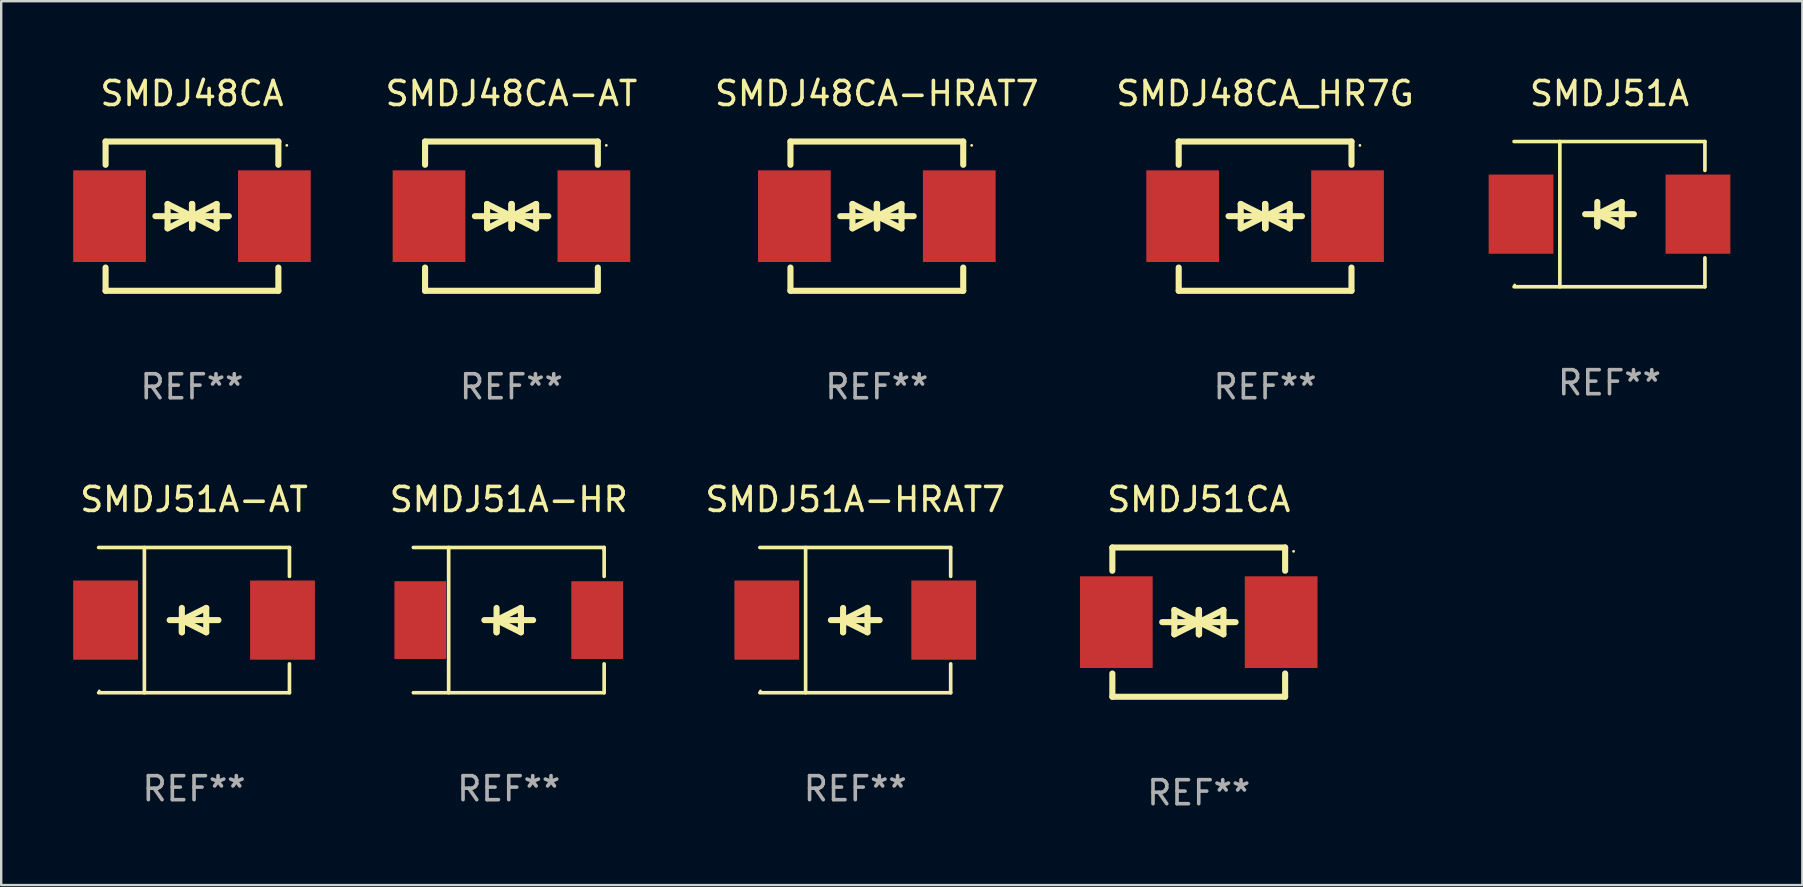
<source format=kicad_pcb>
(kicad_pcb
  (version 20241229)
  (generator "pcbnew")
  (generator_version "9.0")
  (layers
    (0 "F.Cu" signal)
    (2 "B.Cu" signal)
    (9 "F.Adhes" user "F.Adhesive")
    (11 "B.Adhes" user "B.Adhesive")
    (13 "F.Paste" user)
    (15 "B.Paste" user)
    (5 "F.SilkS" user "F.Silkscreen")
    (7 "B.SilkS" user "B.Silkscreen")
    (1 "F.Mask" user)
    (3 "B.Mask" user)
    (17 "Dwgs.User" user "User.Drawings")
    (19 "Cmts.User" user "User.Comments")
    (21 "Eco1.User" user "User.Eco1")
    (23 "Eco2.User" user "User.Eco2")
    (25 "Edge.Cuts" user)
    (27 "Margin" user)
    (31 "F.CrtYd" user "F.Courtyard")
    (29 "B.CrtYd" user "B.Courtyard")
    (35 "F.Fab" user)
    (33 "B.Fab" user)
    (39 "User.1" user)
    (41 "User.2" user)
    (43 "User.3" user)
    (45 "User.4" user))
  (footprint "SMDJ51CA"
    (layer "F.Cu")
    (at 46.903 22.875)
    (property "Reference" "SMDJ51CA" (at 0 -5.11 0) (layer "F.SilkS") (effects (font (size 1 1) (thickness 0.15))))
    (attr through_hole)
    (fp_line (start -3.6 -2.141) (end -3.6 -3.11) (stroke (width 0.254) (type solid)) (layer "F.SilkS"))
    (fp_line (start -3.6 3.11) (end -3.6 2.141) (stroke (width 0.254) (type solid)) (layer "F.SilkS"))
    (fp_line (start -1.524 0) (end 0.508 0) (stroke (width 0.254) (type solid)) (layer "F.SilkS"))
    (fp_line (start -1.016 -0.508) (end -1.016 0.508) (stroke (width 0.254) (type solid)) (layer "F.SilkS"))
    (fp_line (start -1.016 0.508) (end 0 0) (stroke (width 0.254) (type solid)) (layer "F.SilkS"))
    (fp_line (start 0 -0.508) (end 0 0.508) (stroke (width 0.254) (type solid)) (layer "F.SilkS"))
    (fp_line (start 0 0) (end -1.016 -0.508) (stroke (width 0.254) (type solid)) (layer "F.SilkS"))
    (fp_line (start 0 0) (end 0 -0.508) (stroke (width 0.254) (type solid)) (layer "F.SilkS"))
    (fp_line (start 0.012 0) (end 0.012 0.508) (stroke (width 0.254) (type solid)) (layer "F.SilkS"))
    (fp_line (start 0.012 0) (end 1.028 0.508) (stroke (width 0.254) (type solid)) (layer "F.SilkS"))
    (fp_line (start 0.012 0.508) (end 0.012 -0.508) (stroke (width 0.254) (type solid)) (layer "F.SilkS"))
    (fp_line (start 1.028 -0.508) (end 0.012 0) (stroke (width 0.254) (type solid)) (layer "F.SilkS"))
    (fp_line (start 1.028 0.508) (end 1.028 -0.508) (stroke (width 0.254) (type solid)) (layer "F.SilkS"))
    (fp_line (start 1.536 0) (end -0.496 0) (stroke (width 0.254) (type solid)) (layer "F.SilkS"))
    (fp_line (start 3.6 -3.11) (end -3.6 -3.11) (stroke (width 0.254) (type solid)) (layer "F.SilkS"))
    (fp_line (start 3.6 -2.141) (end 3.6 -3.11) (stroke (width 0.254) (type solid)) (layer "F.SilkS"))
    (fp_line (start 3.6 3.11) (end -3.6 3.11) (stroke (width 0.254) (type solid)) (layer "F.SilkS"))
    (fp_line (start 3.6 3.11) (end 3.6 2.141) (stroke (width 0.254) (type solid)) (layer "F.SilkS"))
    (fp_circle (center 3.952 -2.95) (end 3.982 -2.95) (stroke (width 0.06) (type solid)) (fill no) (layer "F.SilkS"))
    (fp_text user "REF**" (at 0 7.11 0) (layer "F.Fab") (effects (font (size 1 1) (thickness 0.15))))
    (pad "1" smd rect (at 3.435 0) (size 3.03 3.82) (layers "F.Cu" "F.Mask" "F.Paste"))
    (pad "2" smd rect (at -3.435 0) (size 3.03 3.82) (layers "F.Cu" "F.Mask" "F.Paste")))
  (footprint "SMDJ48CA_HR7G"
    (layer "F.Cu")
    (at 49.668 5.958)
    (property "Reference" "SMDJ48CA_HR7G" (at 0 -5.11 0) (layer "F.SilkS") (effects (font (size 1 1) (thickness 0.15))))
    (attr through_hole)
    (fp_line (start -3.6 -2.141) (end -3.6 -3.11) (stroke (width 0.254) (type solid)) (layer "F.SilkS"))
    (fp_line (start -3.6 3.11) (end -3.6 2.141) (stroke (width 0.254) (type solid)) (layer "F.SilkS"))
    (fp_line (start -1.524 0) (end 0.508 0) (stroke (width 0.254) (type solid)) (layer "F.SilkS"))
    (fp_line (start -1.016 -0.508) (end -1.016 0.508) (stroke (width 0.254) (type solid)) (layer "F.SilkS"))
    (fp_line (start -1.016 0.508) (end 0 0) (stroke (width 0.254) (type solid)) (layer "F.SilkS"))
    (fp_line (start 0 -0.508) (end 0 0.508) (stroke (width 0.254) (type solid)) (layer "F.SilkS"))
    (fp_line (start 0 0) (end -1.016 -0.508) (stroke (width 0.254) (type solid)) (layer "F.SilkS"))
    (fp_line (start 0 0) (end 0 -0.508) (stroke (width 0.254) (type solid)) (layer "F.SilkS"))
    (fp_line (start 0.012 0) (end 0.012 0.508) (stroke (width 0.254) (type solid)) (layer "F.SilkS"))
    (fp_line (start 0.012 0) (end 1.028 0.508) (stroke (width 0.254) (type solid)) (layer "F.SilkS"))
    (fp_line (start 0.012 0.508) (end 0.012 -0.508) (stroke (width 0.254) (type solid)) (layer "F.SilkS"))
    (fp_line (start 1.028 -0.508) (end 0.012 0) (stroke (width 0.254) (type solid)) (layer "F.SilkS"))
    (fp_line (start 1.028 0.508) (end 1.028 -0.508) (stroke (width 0.254) (type solid)) (layer "F.SilkS"))
    (fp_line (start 1.536 0) (end -0.496 0) (stroke (width 0.254) (type solid)) (layer "F.SilkS"))
    (fp_line (start 3.6 -3.11) (end -3.6 -3.11) (stroke (width 0.254) (type solid)) (layer "F.SilkS"))
    (fp_line (start 3.6 -2.141) (end 3.6 -3.11) (stroke (width 0.254) (type solid)) (layer "F.SilkS"))
    (fp_line (start 3.6 3.11) (end -3.6 3.11) (stroke (width 0.254) (type solid)) (layer "F.SilkS"))
    (fp_line (start 3.6 3.11) (end 3.6 2.141) (stroke (width 0.254) (type solid)) (layer "F.SilkS"))
    (fp_circle (center 3.952 -2.95) (end 3.982 -2.95) (stroke (width 0.06) (type solid)) (fill no) (layer "F.SilkS"))
    (fp_text user "REF**" (at 0 7.11 0) (layer "F.Fab") (effects (font (size 1 1) (thickness 0.15))))
    (pad "1" smd rect (at 3.435 0) (size 3.03 3.82) (layers "F.Cu" "F.Mask" "F.Paste"))
    (pad "2" smd rect (at -3.435 0) (size 3.03 3.82) (layers "F.Cu" "F.Mask" "F.Paste")))
  (footprint "SMDJ51A"
    (layer "F.Cu")
    (at 64.02 5.874)
    (property "Reference" "SMDJ51A" (at 0 -5.026 0) (layer "F.SilkS") (effects (font (size 1 1) (thickness 0.15))))
    (attr through_hole)
    (fp_line (start -3.976 -3.026) (end 3.976 -3.026) (stroke (width 0.152) (type solid)) (layer "F.SilkS"))
    (fp_line (start -3.976 3.026) (end 3.976 3.026) (stroke (width 0.152) (type solid)) (layer "F.SilkS"))
    (fp_line (start -2.069 -3.026) (end -2.069 3.026) (stroke (width 0.152) (type solid)) (layer "F.SilkS"))
    (fp_line (start -0.508 0) (end -0.508 0.508) (stroke (width 0.254) (type solid)) (layer "F.SilkS"))
    (fp_line (start -0.508 0) (end 0.508 0.508) (stroke (width 0.254) (type solid)) (layer "F.SilkS"))
    (fp_line (start -0.508 0.508) (end -0.508 -0.508) (stroke (width 0.254) (type solid)) (layer "F.SilkS"))
    (fp_line (start 0.508 -0.508) (end -0.508 0) (stroke (width 0.254) (type solid)) (layer "F.SilkS"))
    (fp_line (start 0.508 0.508) (end 0.508 -0.508) (stroke (width 0.254) (type solid)) (layer "F.SilkS"))
    (fp_line (start 1.016 0) (end -1.016 0) (stroke (width 0.254) (type solid)) (layer "F.SilkS"))
    (fp_line (start 3.976 -3.026) (end 3.976 -1.823) (stroke (width 0.152) (type solid)) (layer "F.SilkS"))
    (fp_line (start 3.976 3.026) (end 3.976 1.823) (stroke (width 0.152) (type solid)) (layer "F.SilkS"))
    (fp_circle (center -3.95 2.95) (end -3.92 2.95) (stroke (width 0.06) (type solid)) (fill no) (layer "F.SilkS"))
    (fp_text user "REF**" (at 0 7.026 0) (layer "F.Fab") (effects (font (size 1 1) (thickness 0.15))))
    (pad "1" smd rect (at -3.686 0) (size 2.7 3.3) (layers "F.Cu" "F.Mask" "F.Paste"))
    (pad "2" smd rect (at 3.686 0) (size 2.7 3.3) (layers "F.Cu" "F.Mask" "F.Paste")))
  (footprint "SMDJ48CA-AT"
    (layer "F.Cu")
    (at 18.263 5.958)
    (property "Reference" "SMDJ48CA-AT" (at 0 -5.11 0) (layer "F.SilkS") (effects (font (size 1 1) (thickness 0.15))))
    (attr through_hole)
    (fp_line (start -3.6 -2.141) (end -3.6 -3.11) (stroke (width 0.254) (type solid)) (layer "F.SilkS"))
    (fp_line (start -3.6 3.11) (end -3.6 2.141) (stroke (width 0.254) (type solid)) (layer "F.SilkS"))
    (fp_line (start -1.524 0) (end 0.508 0) (stroke (width 0.254) (type solid)) (layer "F.SilkS"))
    (fp_line (start -1.016 -0.508) (end -1.016 0.508) (stroke (width 0.254) (type solid)) (layer "F.SilkS"))
    (fp_line (start -1.016 0.508) (end 0 0) (stroke (width 0.254) (type solid)) (layer "F.SilkS"))
    (fp_line (start 0 -0.508) (end 0 0.508) (stroke (width 0.254) (type solid)) (layer "F.SilkS"))
    (fp_line (start 0 0) (end -1.016 -0.508) (stroke (width 0.254) (type solid)) (layer "F.SilkS"))
    (fp_line (start 0 0) (end 0 -0.508) (stroke (width 0.254) (type solid)) (layer "F.SilkS"))
    (fp_line (start 0.012 0) (end 0.012 0.508) (stroke (width 0.254) (type solid)) (layer "F.SilkS"))
    (fp_line (start 0.012 0) (end 1.028 0.508) (stroke (width 0.254) (type solid)) (layer "F.SilkS"))
    (fp_line (start 0.012 0.508) (end 0.012 -0.508) (stroke (width 0.254) (type solid)) (layer "F.SilkS"))
    (fp_line (start 1.028 -0.508) (end 0.012 0) (stroke (width 0.254) (type solid)) (layer "F.SilkS"))
    (fp_line (start 1.028 0.508) (end 1.028 -0.508) (stroke (width 0.254) (type solid)) (layer "F.SilkS"))
    (fp_line (start 1.536 0) (end -0.496 0) (stroke (width 0.254) (type solid)) (layer "F.SilkS"))
    (fp_line (start 3.6 -3.11) (end -3.6 -3.11) (stroke (width 0.254) (type solid)) (layer "F.SilkS"))
    (fp_line (start 3.6 -2.141) (end 3.6 -3.11) (stroke (width 0.254) (type solid)) (layer "F.SilkS"))
    (fp_line (start 3.6 3.11) (end -3.6 3.11) (stroke (width 0.254) (type solid)) (layer "F.SilkS"))
    (fp_line (start 3.6 3.11) (end 3.6 2.141) (stroke (width 0.254) (type solid)) (layer "F.SilkS"))
    (fp_circle (center 3.952 -2.95) (end 3.982 -2.95) (stroke (width 0.06) (type solid)) (fill no) (layer "F.SilkS"))
    (fp_text user "REF**" (at 0 7.11 0) (layer "F.Fab") (effects (font (size 1 1) (thickness 0.15))))
    (pad "1" smd rect (at 3.435 0) (size 3.03 3.82) (layers "F.Cu" "F.Mask" "F.Paste"))
    (pad "2" smd rect (at -3.435 0) (size 3.03 3.82) (layers "F.Cu" "F.Mask" "F.Paste")))
  (footprint "SMDJ51A-HR"
    (layer "F.Cu")
    (at 18.15 22.791)
    (property "Reference" "SMDJ51A-HR" (at 0 -5.026 0) (layer "F.SilkS") (effects (font (size 1 1) (thickness 0.15))))
    (attr through_hole)
    (fp_line (start -3.976 -3.026) (end 3.976 -3.026) (stroke (width 0.152) (type solid)) (layer "F.SilkS"))
    (fp_line (start -3.976 3.026) (end 3.976 3.026) (stroke (width 0.152) (type solid)) (layer "F.SilkS"))
    (fp_line (start -2.504 -3.026) (end -2.504 3.026) (stroke (width 0.152) (type solid)) (layer "F.SilkS"))
    (fp_line (start -0.508 0) (end -0.508 0.508) (stroke (width 0.254) (type solid)) (layer "F.SilkS"))
    (fp_line (start -0.508 0) (end 0.508 0.508) (stroke (width 0.254) (type solid)) (layer "F.SilkS"))
    (fp_line (start -0.508 0.508) (end -0.508 -0.508) (stroke (width 0.254) (type solid)) (layer "F.SilkS"))
    (fp_line (start 0.508 -0.508) (end -0.508 0) (stroke (width 0.254) (type solid)) (layer "F.SilkS"))
    (fp_line (start 0.508 0.508) (end 0.508 -0.508) (stroke (width 0.254) (type solid)) (layer "F.SilkS"))
    (fp_line (start 1.016 0) (end -1.016 0) (stroke (width 0.254) (type solid)) (layer "F.SilkS"))
    (fp_line (start 3.976 -3.026) (end 3.976 -1.823) (stroke (width 0.152) (type solid)) (layer "F.SilkS"))
    (fp_line (start 3.976 3.026) (end 3.976 1.823) (stroke (width 0.152) (type solid)) (layer "F.SilkS"))
    (fp_circle (center 3.95 -2.95) (end 3.98 -2.95) (stroke (width 0.06) (type solid)) (fill no) (layer "F.SilkS"))
    (fp_text user "REF**" (at 0 7.026 0) (layer "F.Fab") (effects (font (size 1 1) (thickness 0.15))))
    (pad "1" smd rect (at 3.686 0 180) (size 2.158 3.24) (layers "F.Cu" "F.Mask" "F.Paste"))
    (pad "2" smd rect (at -3.686 0 180) (size 2.158 3.24) (layers "F.Cu" "F.Mask" "F.Paste")))
  (footprint "SMDJ48CA-HRAT7"
    (layer "F.Cu")
    (at 33.489 5.958)
    (property "Reference" "SMDJ48CA-HRAT7" (at 0 -5.11 0) (layer "F.SilkS") (effects (font (size 1 1) (thickness 0.15))))
    (attr through_hole)
    (fp_line (start -3.6 -2.141) (end -3.6 -3.11) (stroke (width 0.254) (type solid)) (layer "F.SilkS"))
    (fp_line (start -3.6 3.11) (end -3.6 2.141) (stroke (width 0.254) (type solid)) (layer "F.SilkS"))
    (fp_line (start -1.524 0) (end 0.508 0) (stroke (width 0.254) (type solid)) (layer "F.SilkS"))
    (fp_line (start -1.016 -0.508) (end -1.016 0.508) (stroke (width 0.254) (type solid)) (layer "F.SilkS"))
    (fp_line (start -1.016 0.508) (end 0 0) (stroke (width 0.254) (type solid)) (layer "F.SilkS"))
    (fp_line (start 0 -0.508) (end 0 0.508) (stroke (width 0.254) (type solid)) (layer "F.SilkS"))
    (fp_line (start 0 0) (end -1.016 -0.508) (stroke (width 0.254) (type solid)) (layer "F.SilkS"))
    (fp_line (start 0 0) (end 0 -0.508) (stroke (width 0.254) (type solid)) (layer "F.SilkS"))
    (fp_line (start 0.012 0) (end 0.012 0.508) (stroke (width 0.254) (type solid)) (layer "F.SilkS"))
    (fp_line (start 0.012 0) (end 1.028 0.508) (stroke (width 0.254) (type solid)) (layer "F.SilkS"))
    (fp_line (start 0.012 0.508) (end 0.012 -0.508) (stroke (width 0.254) (type solid)) (layer "F.SilkS"))
    (fp_line (start 1.028 -0.508) (end 0.012 0) (stroke (width 0.254) (type solid)) (layer "F.SilkS"))
    (fp_line (start 1.028 0.508) (end 1.028 -0.508) (stroke (width 0.254) (type solid)) (layer "F.SilkS"))
    (fp_line (start 1.536 0) (end -0.496 0) (stroke (width 0.254) (type solid)) (layer "F.SilkS"))
    (fp_line (start 3.6 -3.11) (end -3.6 -3.11) (stroke (width 0.254) (type solid)) (layer "F.SilkS"))
    (fp_line (start 3.6 -2.141) (end 3.6 -3.11) (stroke (width 0.254) (type solid)) (layer "F.SilkS"))
    (fp_line (start 3.6 3.11) (end -3.6 3.11) (stroke (width 0.254) (type solid)) (layer "F.SilkS"))
    (fp_line (start 3.6 3.11) (end 3.6 2.141) (stroke (width 0.254) (type solid)) (layer "F.SilkS"))
    (fp_circle (center 3.952 -2.95) (end 3.982 -2.95) (stroke (width 0.06) (type solid)) (fill no) (layer "F.SilkS"))
    (fp_text user "REF**" (at 0 7.11 0) (layer "F.Fab") (effects (font (size 1 1) (thickness 0.15))))
    (pad "1" smd rect (at 3.435 0) (size 3.03 3.82) (layers "F.Cu" "F.Mask" "F.Paste"))
    (pad "2" smd rect (at -3.435 0) (size 3.03 3.82) (layers "F.Cu" "F.Mask" "F.Paste")))
  (footprint "SMDJ51A-AT"
    (layer "F.Cu")
    (at 5.036 22.791)
    (property "Reference" "SMDJ51A-AT" (at 0 -5.026 0) (layer "F.SilkS") (effects (font (size 1 1) (thickness 0.15))))
    (attr through_hole)
    (fp_line (start -3.976 -3.026) (end 3.976 -3.026) (stroke (width 0.152) (type solid)) (layer "F.SilkS"))
    (fp_line (start -3.976 3.026) (end 3.976 3.026) (stroke (width 0.152) (type solid)) (layer "F.SilkS"))
    (fp_line (start -2.069 -3.026) (end -2.069 3.026) (stroke (width 0.152) (type solid)) (layer "F.SilkS"))
    (fp_line (start -0.508 0) (end -0.508 0.508) (stroke (width 0.254) (type solid)) (layer "F.SilkS"))
    (fp_line (start -0.508 0) (end 0.508 0.508) (stroke (width 0.254) (type solid)) (layer "F.SilkS"))
    (fp_line (start -0.508 0.508) (end -0.508 -0.508) (stroke (width 0.254) (type solid)) (layer "F.SilkS"))
    (fp_line (start 0.508 -0.508) (end -0.508 0) (stroke (width 0.254) (type solid)) (layer "F.SilkS"))
    (fp_line (start 0.508 0.508) (end 0.508 -0.508) (stroke (width 0.254) (type solid)) (layer "F.SilkS"))
    (fp_line (start 1.016 0) (end -1.016 0) (stroke (width 0.254) (type solid)) (layer "F.SilkS"))
    (fp_line (start 3.976 -3.026) (end 3.976 -1.823) (stroke (width 0.152) (type solid)) (layer "F.SilkS"))
    (fp_line (start 3.976 3.026) (end 3.976 1.823) (stroke (width 0.152) (type solid)) (layer "F.SilkS"))
    (fp_circle (center -3.95 2.95) (end -3.92 2.95) (stroke (width 0.06) (type solid)) (fill no) (layer "F.SilkS"))
    (fp_text user "REF**" (at 0 7.026 0) (layer "F.Fab") (effects (font (size 1 1) (thickness 0.15))))
    (pad "1" smd rect (at -3.686 0) (size 2.7 3.3) (layers "F.Cu" "F.Mask" "F.Paste"))
    (pad "2" smd rect (at 3.686 0) (size 2.7 3.3) (layers "F.Cu" "F.Mask" "F.Paste")))
  (footprint "SMDJ51A-HRAT7"
    (layer "F.Cu")
    (at 32.59 22.791)
    (property "Reference" "SMDJ51A-HRAT7" (at 0 -5.026 0) (layer "F.SilkS") (effects (font (size 1 1) (thickness 0.15))))
    (attr through_hole)
    (fp_line (start -3.976 -3.026) (end 3.976 -3.026) (stroke (width 0.152) (type solid)) (layer "F.SilkS"))
    (fp_line (start -3.976 3.026) (end 3.976 3.026) (stroke (width 0.152) (type solid)) (layer "F.SilkS"))
    (fp_line (start -2.069 -3.026) (end -2.069 3.026) (stroke (width 0.152) (type solid)) (layer "F.SilkS"))
    (fp_line (start -0.508 0) (end -0.508 0.508) (stroke (width 0.254) (type solid)) (layer "F.SilkS"))
    (fp_line (start -0.508 0) (end 0.508 0.508) (stroke (width 0.254) (type solid)) (layer "F.SilkS"))
    (fp_line (start -0.508 0.508) (end -0.508 -0.508) (stroke (width 0.254) (type solid)) (layer "F.SilkS"))
    (fp_line (start 0.508 -0.508) (end -0.508 0) (stroke (width 0.254) (type solid)) (layer "F.SilkS"))
    (fp_line (start 0.508 0.508) (end 0.508 -0.508) (stroke (width 0.254) (type solid)) (layer "F.SilkS"))
    (fp_line (start 1.016 0) (end -1.016 0) (stroke (width 0.254) (type solid)) (layer "F.SilkS"))
    (fp_line (start 3.976 -3.026) (end 3.976 -1.823) (stroke (width 0.152) (type solid)) (layer "F.SilkS"))
    (fp_line (start 3.976 3.026) (end 3.976 1.823) (stroke (width 0.152) (type solid)) (layer "F.SilkS"))
    (fp_circle (center -3.95 2.95) (end -3.92 2.95) (stroke (width 0.06) (type solid)) (fill no) (layer "F.SilkS"))
    (fp_text user "REF**" (at 0 7.026 0) (layer "F.Fab") (effects (font (size 1 1) (thickness 0.15))))
    (pad "1" smd rect (at -3.686 0) (size 2.7 3.3) (layers "F.Cu" "F.Mask" "F.Paste"))
    (pad "2" smd rect (at 3.686 0) (size 2.7 3.3) (layers "F.Cu" "F.Mask" "F.Paste")))
  (footprint "SMDJ48CA"
    (layer "F.Cu")
    (at 4.95 5.958)
    (property "Reference" "SMDJ48CA" (at 0 -5.11 0) (layer "F.SilkS") (effects (font (size 1 1) (thickness 0.15))))
    (attr through_hole)
    (fp_line (start -3.6 -2.141) (end -3.6 -3.11) (stroke (width 0.254) (type solid)) (layer "F.SilkS"))
    (fp_line (start -3.6 3.11) (end -3.6 2.141) (stroke (width 0.254) (type solid)) (layer "F.SilkS"))
    (fp_line (start -1.524 0) (end 0.508 0) (stroke (width 0.254) (type solid)) (layer "F.SilkS"))
    (fp_line (start -1.016 -0.508) (end -1.016 0.508) (stroke (width 0.254) (type solid)) (layer "F.SilkS"))
    (fp_line (start -1.016 0.508) (end 0 0) (stroke (width 0.254) (type solid)) (layer "F.SilkS"))
    (fp_line (start 0 -0.508) (end 0 0.508) (stroke (width 0.254) (type solid)) (layer "F.SilkS"))
    (fp_line (start 0 0) (end -1.016 -0.508) (stroke (width 0.254) (type solid)) (layer "F.SilkS"))
    (fp_line (start 0 0) (end 0 -0.508) (stroke (width 0.254) (type solid)) (layer "F.SilkS"))
    (fp_line (start 0.012 0) (end 0.012 0.508) (stroke (width 0.254) (type solid)) (layer "F.SilkS"))
    (fp_line (start 0.012 0) (end 1.028 0.508) (stroke (width 0.254) (type solid)) (layer "F.SilkS"))
    (fp_line (start 0.012 0.508) (end 0.012 -0.508) (stroke (width 0.254) (type solid)) (layer "F.SilkS"))
    (fp_line (start 1.028 -0.508) (end 0.012 0) (stroke (width 0.254) (type solid)) (layer "F.SilkS"))
    (fp_line (start 1.028 0.508) (end 1.028 -0.508) (stroke (width 0.254) (type solid)) (layer "F.SilkS"))
    (fp_line (start 1.536 0) (end -0.496 0) (stroke (width 0.254) (type solid)) (layer "F.SilkS"))
    (fp_line (start 3.6 -3.11) (end -3.6 -3.11) (stroke (width 0.254) (type solid)) (layer "F.SilkS"))
    (fp_line (start 3.6 -2.141) (end 3.6 -3.11) (stroke (width 0.254) (type solid)) (layer "F.SilkS"))
    (fp_line (start 3.6 3.11) (end -3.6 3.11) (stroke (width 0.254) (type solid)) (layer "F.SilkS"))
    (fp_line (start 3.6 3.11) (end 3.6 2.141) (stroke (width 0.254) (type solid)) (layer "F.SilkS"))
    (fp_circle (center 3.952 -2.95) (end 3.982 -2.95) (stroke (width 0.06) (type solid)) (fill no) (layer "F.SilkS"))
    (fp_text user "REF**" (at 0 7.11 0) (layer "F.Fab") (effects (font (size 1 1) (thickness 0.15))))
    (pad "1" smd rect (at 3.435 0) (size 3.03 3.82) (layers "F.Cu" "F.Mask" "F.Paste"))
    (pad "2" smd rect (at -3.435 0) (size 3.03 3.82) (layers "F.Cu" "F.Mask" "F.Paste")))
  (gr_rect
    (start -3 -3)
    (end 72.056 33.833)
    (stroke (width 0.1) (type default))
    (fill no)
    (layer "Edge.Cuts")))
</source>
